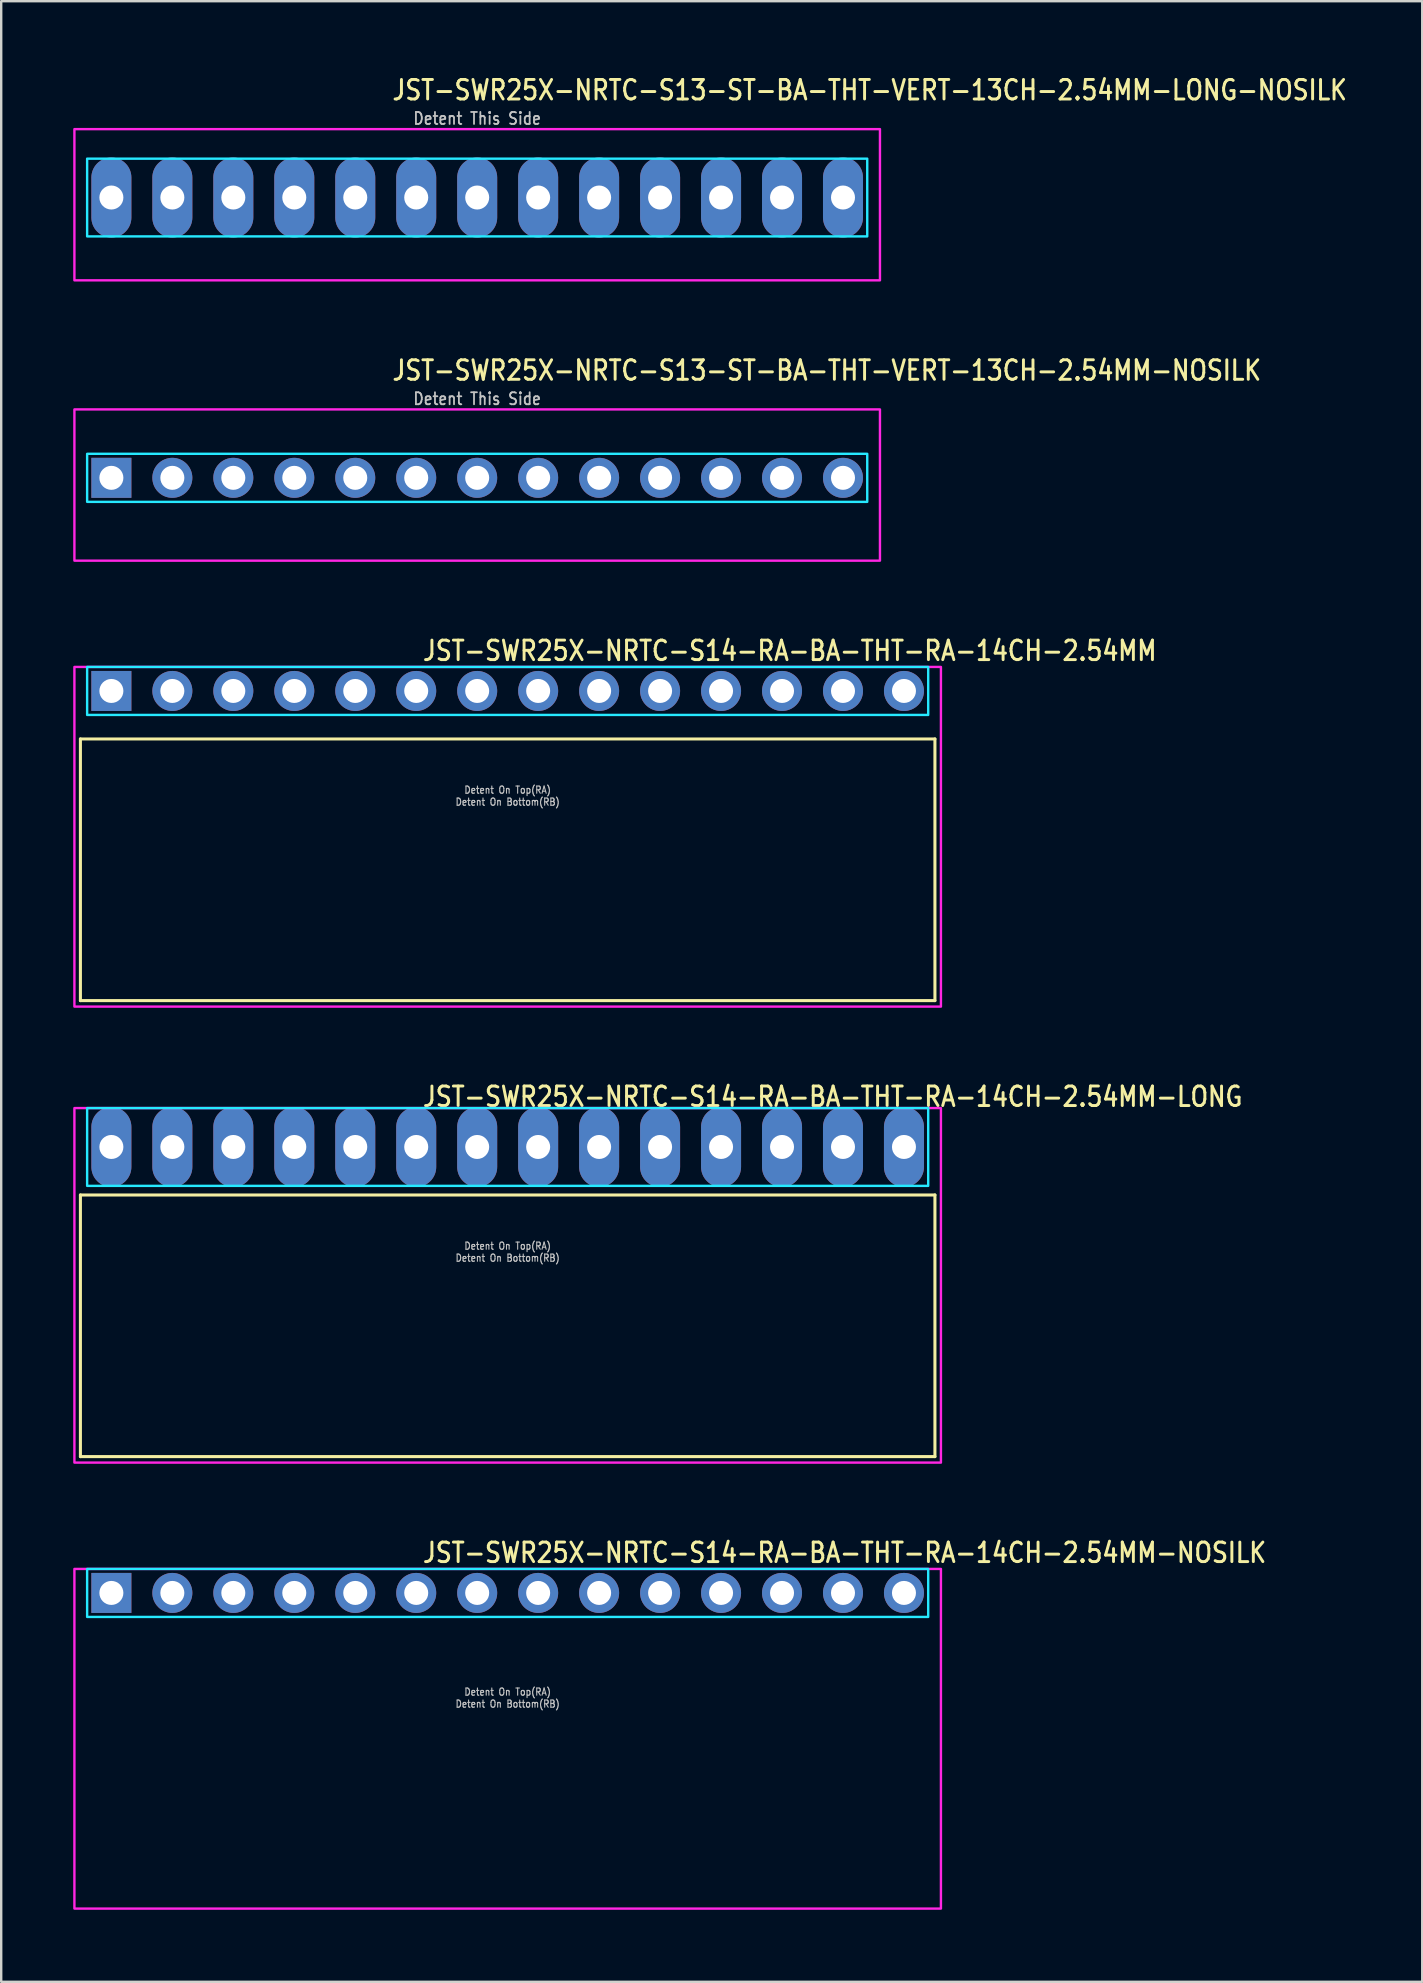
<source format=kicad_pcb>
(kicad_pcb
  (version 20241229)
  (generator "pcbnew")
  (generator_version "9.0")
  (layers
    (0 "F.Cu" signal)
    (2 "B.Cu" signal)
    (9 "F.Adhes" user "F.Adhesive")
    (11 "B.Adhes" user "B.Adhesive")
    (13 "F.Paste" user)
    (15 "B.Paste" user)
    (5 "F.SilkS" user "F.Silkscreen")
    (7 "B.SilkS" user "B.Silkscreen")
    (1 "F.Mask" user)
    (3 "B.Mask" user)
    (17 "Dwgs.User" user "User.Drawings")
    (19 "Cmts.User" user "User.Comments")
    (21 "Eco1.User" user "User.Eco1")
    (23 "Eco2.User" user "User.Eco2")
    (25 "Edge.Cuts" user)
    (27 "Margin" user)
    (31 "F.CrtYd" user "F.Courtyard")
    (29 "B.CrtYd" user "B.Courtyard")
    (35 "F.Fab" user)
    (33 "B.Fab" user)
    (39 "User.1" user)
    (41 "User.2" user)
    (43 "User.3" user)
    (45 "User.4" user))
  (footprint "JST-SWR25X-NRTC-S13-ST-BA-THT-VERT-13CH-2.54MM-LONG-NOSILK"
    (layer "F.Cu")
    (at 16.83 5.179)
    (property "Reference" "JST-SWR25X-NRTC-S13-ST-BA-THT-VERT-13CH-2.54MM-LONG-NOSILK" (at -3.6 -4 0) (unlocked yes) (layer "F.SilkS") (effects (font (size 0.813 0.695) (thickness 0.122)) (justify left bottom)))
    (fp_poly (pts (xy -16.25 -1.62) (xy -16.25 1.62) (xy 16.25 1.62) (xy 16.25 -1.62)) (stroke (width 0.1) (type solid)) (fill no) (layer "B.CrtYd"))
    (fp_poly (pts (xy -16.78 -2.85) (xy -16.78 3.45) (xy 16.78 3.45) (xy 16.78 -2.85)) (stroke (width 0.1) (type solid)) (fill no) (layer "F.CrtYd"))
    (fp_text user "Detent This Side" (at 0 -3 0) (unlocked yes) (layer "Dwgs.User") (effects (font (size 0.5 0.427) (thickness 0.075)) (justify bottom)))
    (pad "1" thru_hole oval (at -15.24 0 90) (size 3.333 1.667) (drill 1) (layers "*.Cu" "*.Mask"))
    (pad "2" thru_hole oval (at -12.7 0 90) (size 3.333 1.667) (drill 1) (layers "*.Cu" "*.Mask"))
    (pad "3" thru_hole oval (at -10.16 0 90) (size 3.333 1.667) (drill 1) (layers "*.Cu" "*.Mask"))
    (pad "4" thru_hole oval (at -7.62 0 90) (size 3.333 1.667) (drill 1) (layers "*.Cu" "*.Mask"))
    (pad "5" thru_hole oval (at -5.08 0 90) (size 3.333 1.667) (drill 1) (layers "*.Cu" "*.Mask"))
    (pad "6" thru_hole oval (at -2.54 0 90) (size 3.333 1.667) (drill 1) (layers "*.Cu" "*.Mask"))
    (pad "7" thru_hole oval (at 0 0 90) (size 3.333 1.667) (drill 1) (layers "*.Cu" "*.Mask"))
    (pad "8" thru_hole oval (at 2.54 0 90) (size 3.333 1.667) (drill 1) (layers "*.Cu" "*.Mask"))
    (pad "9" thru_hole oval (at 5.08 0 90) (size 3.333 1.667) (drill 1) (layers "*.Cu" "*.Mask"))
    (pad "10" thru_hole oval (at 7.62 0 90) (size 3.333 1.667) (drill 1) (layers "*.Cu" "*.Mask"))
    (pad "11" thru_hole oval (at 10.16 0 90) (size 3.333 1.667) (drill 1) (layers "*.Cu" "*.Mask"))
    (pad "12" thru_hole oval (at 12.7 0 90) (size 3.333 1.667) (drill 1) (layers "*.Cu" "*.Mask"))
    (pad "13" thru_hole oval (at 15.24 0 90) (size 3.333 1.667) (drill 1) (layers "*.Cu" "*.Mask")))
  (footprint "JST-SWR25X-NRTC-S14-RA-BA-THT-RA-14CH-2.54MM"
    (layer "F.Cu")
    (at 18.1 25.736)
    (property "Reference" "JST-SWR25X-NRTC-S14-RA-BA-THT-RA-14CH-2.54MM" (at -3.6 -1.2 0) (unlocked yes) (layer "F.SilkS") (effects (font (size 0.813 0.695) (thickness 0.122)) (justify left bottom)))
    (fp_line (start -17.8 2) (end 17.8 2) (stroke (width 0.127) (type solid)) (layer "F.SilkS"))
    (fp_line (start -17.8 12.9) (end -17.8 2) (stroke (width 0.127) (type solid)) (layer "F.SilkS"))
    (fp_line (start -17.8 12.9) (end 17.8 12.9) (stroke (width 0.127) (type solid)) (layer "F.SilkS"))
    (fp_line (start 17.8 2) (end 17.8 12.9) (stroke (width 0.127) (type solid)) (layer "F.SilkS"))
    (fp_poly (pts (xy -17.52 -1) (xy -17.52 1) (xy 17.52 1) (xy 17.52 -1)) (stroke (width 0.1) (type solid)) (fill no) (layer "B.CrtYd"))
    (fp_poly (pts (xy -18.05 -1) (xy -18.05 13.15) (xy 18.05 13.15) (xy 18.05 -1)) (stroke (width 0.1) (type solid)) (fill no) (layer "F.CrtYd"))
    (fp_text user "Detent On Bottom(RB)" (at 0 4.8 0) (unlocked yes) (layer "Dwgs.User") (effects (font (size 0.3 0.257) (thickness 0.045)) (justify bottom)))
    (fp_text user "Detent On Top(RA)" (at 0 4.3 0) (unlocked yes) (layer "Dwgs.User") (effects (font (size 0.3 0.257) (thickness 0.045)) (justify bottom)))
    (pad "1" thru_hole rect (at -16.51 0) (size 1.667 1.667) (drill 1) (layers "*.Cu" "*.Mask"))
    (pad "2" thru_hole oval (at -13.97 0) (size 1.667 1.667) (drill 1) (layers "*.Cu" "*.Mask"))
    (pad "3" thru_hole oval (at -11.43 0) (size 1.667 1.667) (drill 1) (layers "*.Cu" "*.Mask"))
    (pad "4" thru_hole oval (at -8.89 0) (size 1.667 1.667) (drill 1) (layers "*.Cu" "*.Mask"))
    (pad "5" thru_hole oval (at -6.35 0) (size 1.667 1.667) (drill 1) (layers "*.Cu" "*.Mask"))
    (pad "6" thru_hole oval (at -3.81 0) (size 1.667 1.667) (drill 1) (layers "*.Cu" "*.Mask"))
    (pad "7" thru_hole oval (at -1.27 0) (size 1.667 1.667) (drill 1) (layers "*.Cu" "*.Mask"))
    (pad "8" thru_hole oval (at 1.27 0) (size 1.667 1.667) (drill 1) (layers "*.Cu" "*.Mask"))
    (pad "9" thru_hole oval (at 3.81 0) (size 1.667 1.667) (drill 1) (layers "*.Cu" "*.Mask"))
    (pad "10" thru_hole oval (at 6.35 0) (size 1.667 1.667) (drill 1) (layers "*.Cu" "*.Mask"))
    (pad "11" thru_hole oval (at 8.89 0) (size 1.667 1.667) (drill 1) (layers "*.Cu" "*.Mask"))
    (pad "12" thru_hole oval (at 11.43 0) (size 1.667 1.667) (drill 1) (layers "*.Cu" "*.Mask"))
    (pad "13" thru_hole oval (at 13.97 0) (size 1.667 1.667) (drill 1) (layers "*.Cu" "*.Mask"))
    (pad "14" thru_hole oval (at 16.51 0) (size 1.667 1.667) (drill 1) (layers "*.Cu" "*.Mask")))
  (footprint "JST-SWR25X-NRTC-S13-ST-BA-THT-VERT-13CH-2.54MM-NOSILK"
    (layer "F.Cu")
    (at 16.83 16.857)
    (property "Reference" "JST-SWR25X-NRTC-S13-ST-BA-THT-VERT-13CH-2.54MM-NOSILK" (at -3.6 -4 0) (unlocked yes) (layer "F.SilkS") (effects (font (size 0.813 0.695) (thickness 0.122)) (justify left bottom)))
    (fp_poly (pts (xy -16.25 -1) (xy -16.25 1) (xy 16.25 1) (xy 16.25 -1)) (stroke (width 0.1) (type solid)) (fill no) (layer "B.CrtYd"))
    (fp_poly (pts (xy -16.78 -2.85) (xy -16.78 3.45) (xy 16.78 3.45) (xy 16.78 -2.85)) (stroke (width 0.1) (type solid)) (fill no) (layer "F.CrtYd"))
    (fp_text user "Detent This Side" (at 0 -3 0) (unlocked yes) (layer "Dwgs.User") (effects (font (size 0.5 0.427) (thickness 0.075)) (justify bottom)))
    (pad "1" thru_hole rect (at -15.24 0) (size 1.667 1.667) (drill 1) (layers "*.Cu" "*.Mask"))
    (pad "2" thru_hole oval (at -12.7 0) (size 1.667 1.667) (drill 1) (layers "*.Cu" "*.Mask"))
    (pad "3" thru_hole oval (at -10.16 0) (size 1.667 1.667) (drill 1) (layers "*.Cu" "*.Mask"))
    (pad "4" thru_hole oval (at -7.62 0) (size 1.667 1.667) (drill 1) (layers "*.Cu" "*.Mask"))
    (pad "5" thru_hole oval (at -5.08 0) (size 1.667 1.667) (drill 1) (layers "*.Cu" "*.Mask"))
    (pad "6" thru_hole oval (at -2.54 0) (size 1.667 1.667) (drill 1) (layers "*.Cu" "*.Mask"))
    (pad "7" thru_hole oval (at 0 0) (size 1.667 1.667) (drill 1) (layers "*.Cu" "*.Mask"))
    (pad "8" thru_hole oval (at 2.54 0) (size 1.667 1.667) (drill 1) (layers "*.Cu" "*.Mask"))
    (pad "9" thru_hole oval (at 5.08 0) (size 1.667 1.667) (drill 1) (layers "*.Cu" "*.Mask"))
    (pad "10" thru_hole oval (at 7.62 0) (size 1.667 1.667) (drill 1) (layers "*.Cu" "*.Mask"))
    (pad "11" thru_hole oval (at 10.16 0) (size 1.667 1.667) (drill 1) (layers "*.Cu" "*.Mask"))
    (pad "12" thru_hole oval (at 12.7 0) (size 1.667 1.667) (drill 1) (layers "*.Cu" "*.Mask"))
    (pad "13" thru_hole oval (at 15.24 0) (size 1.667 1.667) (drill 1) (layers "*.Cu" "*.Mask")))
  (footprint "JST-SWR25X-NRTC-S14-RA-BA-THT-RA-14CH-2.54MM-LONG"
    (layer "F.Cu")
    (at 18.1 44.734)
    (property "Reference" "JST-SWR25X-NRTC-S14-RA-BA-THT-RA-14CH-2.54MM-LONG" (at -3.6 -1.62 0) (unlocked yes) (layer "F.SilkS") (effects (font (size 0.813 0.695) (thickness 0.122)) (justify left bottom)))
    (fp_line (start -17.8 2) (end 17.8 2) (stroke (width 0.127) (type solid)) (layer "F.SilkS"))
    (fp_line (start -17.8 12.9) (end -17.8 2) (stroke (width 0.127) (type solid)) (layer "F.SilkS"))
    (fp_line (start -17.8 12.9) (end 17.8 12.9) (stroke (width 0.127) (type solid)) (layer "F.SilkS"))
    (fp_line (start 17.8 2) (end 17.8 12.9) (stroke (width 0.127) (type solid)) (layer "F.SilkS"))
    (fp_poly (pts (xy -17.52 -1.62) (xy -17.52 1.62) (xy 17.52 1.62) (xy 17.52 -1.62)) (stroke (width 0.1) (type solid)) (fill no) (layer "B.CrtYd"))
    (fp_poly (pts (xy -18.05 -1.62) (xy -18.05 13.15) (xy 18.05 13.15) (xy 18.05 -1.62)) (stroke (width 0.1) (type solid)) (fill no) (layer "F.CrtYd"))
    (fp_text user "Detent On Top(RA)" (at 0 4.3 0) (unlocked yes) (layer "Dwgs.User") (effects (font (size 0.3 0.257) (thickness 0.045)) (justify bottom)))
    (fp_text user "Detent On Bottom(RB)" (at 0 4.8 0) (unlocked yes) (layer "Dwgs.User") (effects (font (size 0.3 0.257) (thickness 0.045)) (justify bottom)))
    (pad "1" thru_hole oval (at -16.51 0 90) (size 3.333 1.667) (drill 1) (layers "*.Cu" "*.Mask"))
    (pad "2" thru_hole oval (at -13.97 0 90) (size 3.333 1.667) (drill 1) (layers "*.Cu" "*.Mask"))
    (pad "3" thru_hole oval (at -11.43 0 90) (size 3.333 1.667) (drill 1) (layers "*.Cu" "*.Mask"))
    (pad "4" thru_hole oval (at -8.89 0 90) (size 3.333 1.667) (drill 1) (layers "*.Cu" "*.Mask"))
    (pad "5" thru_hole oval (at -6.35 0 90) (size 3.333 1.667) (drill 1) (layers "*.Cu" "*.Mask"))
    (pad "6" thru_hole oval (at -3.81 0 90) (size 3.333 1.667) (drill 1) (layers "*.Cu" "*.Mask"))
    (pad "7" thru_hole oval (at -1.27 0 90) (size 3.333 1.667) (drill 1) (layers "*.Cu" "*.Mask"))
    (pad "8" thru_hole oval (at 1.27 0 90) (size 3.333 1.667) (drill 1) (layers "*.Cu" "*.Mask"))
    (pad "9" thru_hole oval (at 3.81 0 90) (size 3.333 1.667) (drill 1) (layers "*.Cu" "*.Mask"))
    (pad "10" thru_hole oval (at 6.35 0 90) (size 3.333 1.667) (drill 1) (layers "*.Cu" "*.Mask"))
    (pad "11" thru_hole oval (at 8.89 0 90) (size 3.333 1.667) (drill 1) (layers "*.Cu" "*.Mask"))
    (pad "12" thru_hole oval (at 11.43 0 90) (size 3.333 1.667) (drill 1) (layers "*.Cu" "*.Mask"))
    (pad "13" thru_hole oval (at 13.97 0 90) (size 3.333 1.667) (drill 1) (layers "*.Cu" "*.Mask"))
    (pad "14" thru_hole oval (at 16.51 0 90) (size 3.333 1.667) (drill 1) (layers "*.Cu" "*.Mask")))
  (footprint "JST-SWR25X-NRTC-S14-RA-BA-THT-RA-14CH-2.54MM-NOSILK"
    (layer "F.Cu")
    (at 18.1 63.313)
    (property "Reference" "JST-SWR25X-NRTC-S14-RA-BA-THT-RA-14CH-2.54MM-NOSILK" (at -3.6 -1.2 0) (unlocked yes) (layer "F.SilkS") (effects (font (size 0.813 0.695) (thickness 0.122)) (justify left bottom)))
    (fp_poly (pts (xy -17.52 -1) (xy -17.52 1) (xy 17.52 1) (xy 17.52 -1)) (stroke (width 0.1) (type solid)) (fill no) (layer "B.CrtYd"))
    (fp_poly (pts (xy -18.05 -1) (xy -18.05 13.15) (xy 18.05 13.15) (xy 18.05 -1)) (stroke (width 0.1) (type solid)) (fill no) (layer "F.CrtYd"))
    (fp_text user "Detent On Bottom(RB)" (at 0 4.8 0) (unlocked yes) (layer "Dwgs.User") (effects (font (size 0.3 0.257) (thickness 0.045)) (justify bottom)))
    (fp_text user "Detent On Top(RA)" (at 0 4.3 0) (unlocked yes) (layer "Dwgs.User") (effects (font (size 0.3 0.257) (thickness 0.045)) (justify bottom)))
    (pad "1" thru_hole rect (at -16.51 0) (size 1.667 1.667) (drill 1) (layers "*.Cu" "*.Mask"))
    (pad "2" thru_hole oval (at -13.97 0) (size 1.667 1.667) (drill 1) (layers "*.Cu" "*.Mask"))
    (pad "3" thru_hole oval (at -11.43 0) (size 1.667 1.667) (drill 1) (layers "*.Cu" "*.Mask"))
    (pad "4" thru_hole oval (at -8.89 0) (size 1.667 1.667) (drill 1) (layers "*.Cu" "*.Mask"))
    (pad "5" thru_hole oval (at -6.35 0) (size 1.667 1.667) (drill 1) (layers "*.Cu" "*.Mask"))
    (pad "6" thru_hole oval (at -3.81 0) (size 1.667 1.667) (drill 1) (layers "*.Cu" "*.Mask"))
    (pad "7" thru_hole oval (at -1.27 0) (size 1.667 1.667) (drill 1) (layers "*.Cu" "*.Mask"))
    (pad "8" thru_hole oval (at 1.27 0) (size 1.667 1.667) (drill 1) (layers "*.Cu" "*.Mask"))
    (pad "9" thru_hole oval (at 3.81 0) (size 1.667 1.667) (drill 1) (layers "*.Cu" "*.Mask"))
    (pad "10" thru_hole oval (at 6.35 0) (size 1.667 1.667) (drill 1) (layers "*.Cu" "*.Mask"))
    (pad "11" thru_hole oval (at 8.89 0) (size 1.667 1.667) (drill 1) (layers "*.Cu" "*.Mask"))
    (pad "12" thru_hole oval (at 11.43 0) (size 1.667 1.667) (drill 1) (layers "*.Cu" "*.Mask"))
    (pad "13" thru_hole oval (at 13.97 0) (size 1.667 1.667) (drill 1) (layers "*.Cu" "*.Mask"))
    (pad "14" thru_hole oval (at 16.51 0) (size 1.667 1.667) (drill 1) (layers "*.Cu" "*.Mask")))
  (gr_rect
    (start -3 -3)
    (end 56.201 79.513)
    (stroke (width 0.1) (type default))
    (fill no)
    (layer "Edge.Cuts")))
</source>
